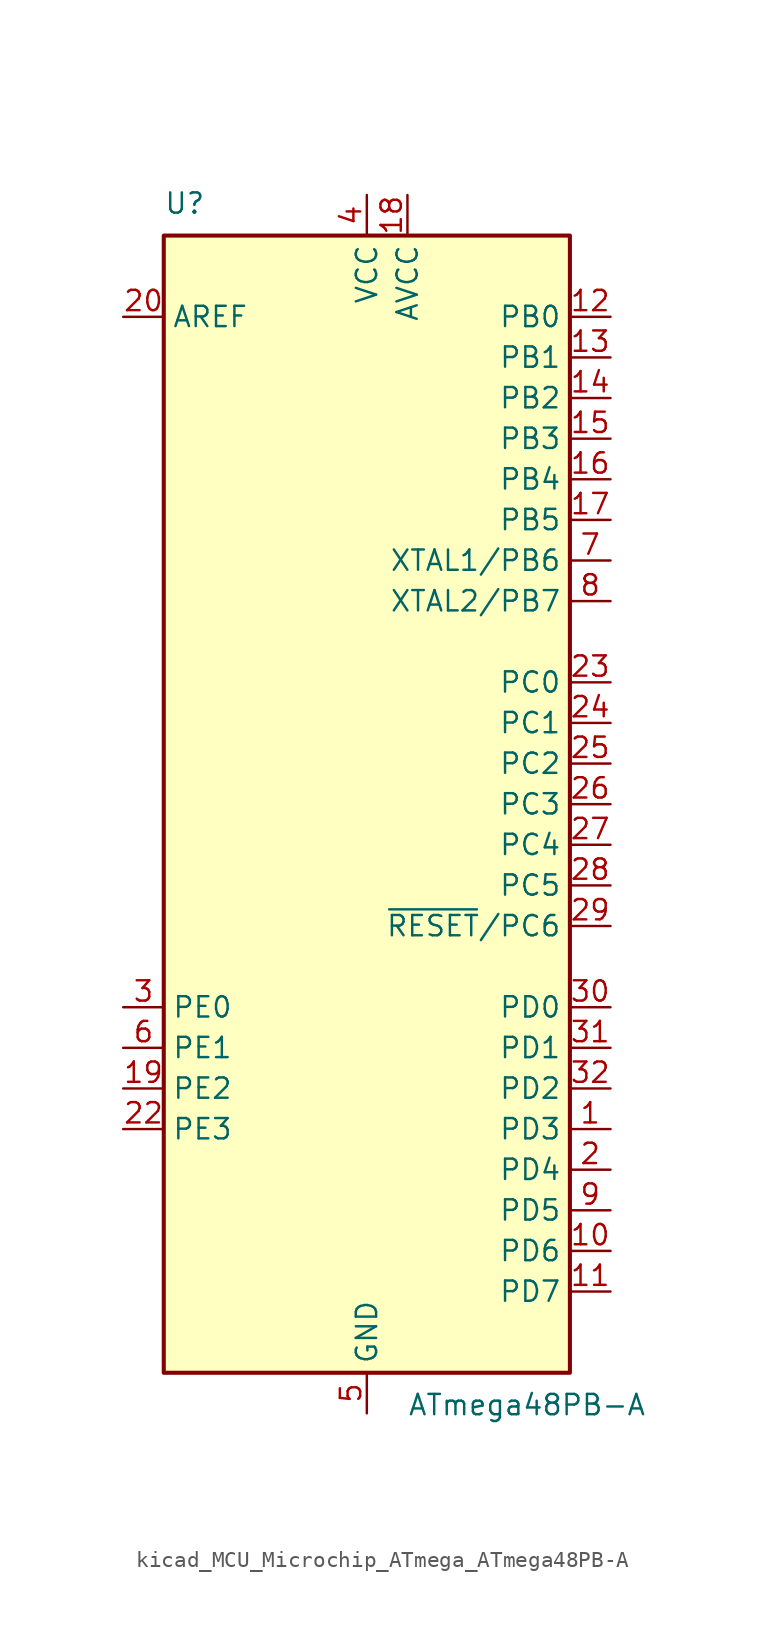
<source format=kicad_sym>
(kicad_symbol_lib
  (version 20220914)
  (generator kicad_symbol_editor)
  (symbol "kicad_MCU_Microchip_ATmega_ATmega48PB-A"
    (property "Reference" "U"
      (at -12.7 36.83 0)
      (effects (font (size 1.27 1.27)) (justify left bottom)))
    (property "Value" "ATmega48PB-A"
      (at 2.54 -36.83 0)
      (effects (font (size 1.27 1.27)) (justify left top)))
    (symbol "kicad_MCU_Microchip_ATmega_ATmega48PB-A_0_1"
      (rectangle (start -12.7 -35.56) (end 12.7 35.56) (stroke (width 0.254) (type default)) (fill (type background))))
    (symbol "kicad_MCU_Microchip_ATmega_ATmega48PB-A_1_1"
      (pin bidirectional line (at 15.24 -20.32 180) (length 2.54) (name "PD3" (effects (font (size 1.27 1.27)))) (number "1" (effects (font (size 1.27 1.27)))))
      (pin bidirectional line (at 15.24 -27.94 180) (length 2.54) (name "PD6" (effects (font (size 1.27 1.27)))) (number "10" (effects (font (size 1.27 1.27)))))
      (pin bidirectional line (at 15.24 -30.48 180) (length 2.54) (name "PD7" (effects (font (size 1.27 1.27)))) (number "11" (effects (font (size 1.27 1.27)))))
      (pin bidirectional line (at 15.24 30.48 180) (length 2.54) (name "PB0" (effects (font (size 1.27 1.27)))) (number "12" (effects (font (size 1.27 1.27)))))
      (pin bidirectional line (at 15.24 27.94 180) (length 2.54) (name "PB1" (effects (font (size 1.27 1.27)))) (number "13" (effects (font (size 1.27 1.27)))))
      (pin bidirectional line (at 15.24 25.4 180) (length 2.54) (name "PB2" (effects (font (size 1.27 1.27)))) (number "14" (effects (font (size 1.27 1.27)))))
      (pin bidirectional line (at 15.24 22.86 180) (length 2.54) (name "PB3" (effects (font (size 1.27 1.27)))) (number "15" (effects (font (size 1.27 1.27)))))
      (pin bidirectional line (at 15.24 20.32 180) (length 2.54) (name "PB4" (effects (font (size 1.27 1.27)))) (number "16" (effects (font (size 1.27 1.27)))))
      (pin bidirectional line (at 15.24 17.78 180) (length 2.54) (name "PB5" (effects (font (size 1.27 1.27)))) (number "17" (effects (font (size 1.27 1.27)))))
      (pin power_in line (at 2.54 38.1 270) (length 2.54) (name "AVCC" (effects (font (size 1.27 1.27)))) (number "18" (effects (font (size 1.27 1.27)))))
      (pin bidirectional line (at -15.24 -17.78 0) (length 2.54) (name "PE2" (effects (font (size 1.27 1.27)))) (number "19" (effects (font (size 1.27 1.27)))))
      (pin bidirectional line (at 15.24 -22.86 180) (length 2.54) (name "PD4" (effects (font (size 1.27 1.27)))) (number "2" (effects (font (size 1.27 1.27)))))
      (pin passive line (at -15.24 30.48 0) (length 2.54) (name "AREF" (effects (font (size 1.27 1.27)))) (number "20" (effects (font (size 1.27 1.27)))))
      (pin passive line (at 0 -38.1 90) (length 2.54) hide (name "GND" (effects (font (size 1.27 1.27)))) (number "21" (effects (font (size 1.27 1.27)))))
      (pin bidirectional line (at -15.24 -20.32 0) (length 2.54) (name "PE3" (effects (font (size 1.27 1.27)))) (number "22" (effects (font (size 1.27 1.27)))))
      (pin bidirectional line (at 15.24 7.62 180) (length 2.54) (name "PC0" (effects (font (size 1.27 1.27)))) (number "23" (effects (font (size 1.27 1.27)))))
      (pin bidirectional line (at 15.24 5.08 180) (length 2.54) (name "PC1" (effects (font (size 1.27 1.27)))) (number "24" (effects (font (size 1.27 1.27)))))
      (pin bidirectional line (at 15.24 2.54 180) (length 2.54) (name "PC2" (effects (font (size 1.27 1.27)))) (number "25" (effects (font (size 1.27 1.27)))))
      (pin bidirectional line (at 15.24 0 180) (length 2.54) (name "PC3" (effects (font (size 1.27 1.27)))) (number "26" (effects (font (size 1.27 1.27)))))
      (pin bidirectional line (at 15.24 -2.54 180) (length 2.54) (name "PC4" (effects (font (size 1.27 1.27)))) (number "27" (effects (font (size 1.27 1.27)))))
      (pin bidirectional line (at 15.24 -5.08 180) (length 2.54) (name "PC5" (effects (font (size 1.27 1.27)))) (number "28" (effects (font (size 1.27 1.27)))))
      (pin bidirectional line (at 15.24 -7.62 180) (length 2.54) (name "~{RESET}/PC6" (effects (font (size 1.27 1.27)))) (number "29" (effects (font (size 1.27 1.27)))))
      (pin bidirectional line (at -15.24 -12.7 0) (length 2.54) (name "PE0" (effects (font (size 1.27 1.27)))) (number "3" (effects (font (size 1.27 1.27)))))
      (pin bidirectional line (at 15.24 -12.7 180) (length 2.54) (name "PD0" (effects (font (size 1.27 1.27)))) (number "30" (effects (font (size 1.27 1.27)))))
      (pin bidirectional line (at 15.24 -15.24 180) (length 2.54) (name "PD1" (effects (font (size 1.27 1.27)))) (number "31" (effects (font (size 1.27 1.27)))))
      (pin bidirectional line (at 15.24 -17.78 180) (length 2.54) (name "PD2" (effects (font (size 1.27 1.27)))) (number "32" (effects (font (size 1.27 1.27)))))
      (pin power_in line (at 0 38.1 270) (length 2.54) (name "VCC" (effects (font (size 1.27 1.27)))) (number "4" (effects (font (size 1.27 1.27)))))
      (pin power_in line (at 0 -38.1 90) (length 2.54) (name "GND" (effects (font (size 1.27 1.27)))) (number "5" (effects (font (size 1.27 1.27)))))
      (pin bidirectional line (at -15.24 -15.24 0) (length 2.54) (name "PE1" (effects (font (size 1.27 1.27)))) (number "6" (effects (font (size 1.27 1.27)))))
      (pin bidirectional line (at 15.24 15.24 180) (length 2.54) (name "XTAL1/PB6" (effects (font (size 1.27 1.27)))) (number "7" (effects (font (size 1.27 1.27)))))
      (pin bidirectional line (at 15.24 12.7 180) (length 2.54) (name "XTAL2/PB7" (effects (font (size 1.27 1.27)))) (number "8" (effects (font (size 1.27 1.27)))))
      (pin bidirectional line (at 15.24 -25.4 180) (length 2.54) (name "PD5" (effects (font (size 1.27 1.27)))) (number "9" (effects (font (size 1.27 1.27))))))))
</source>
